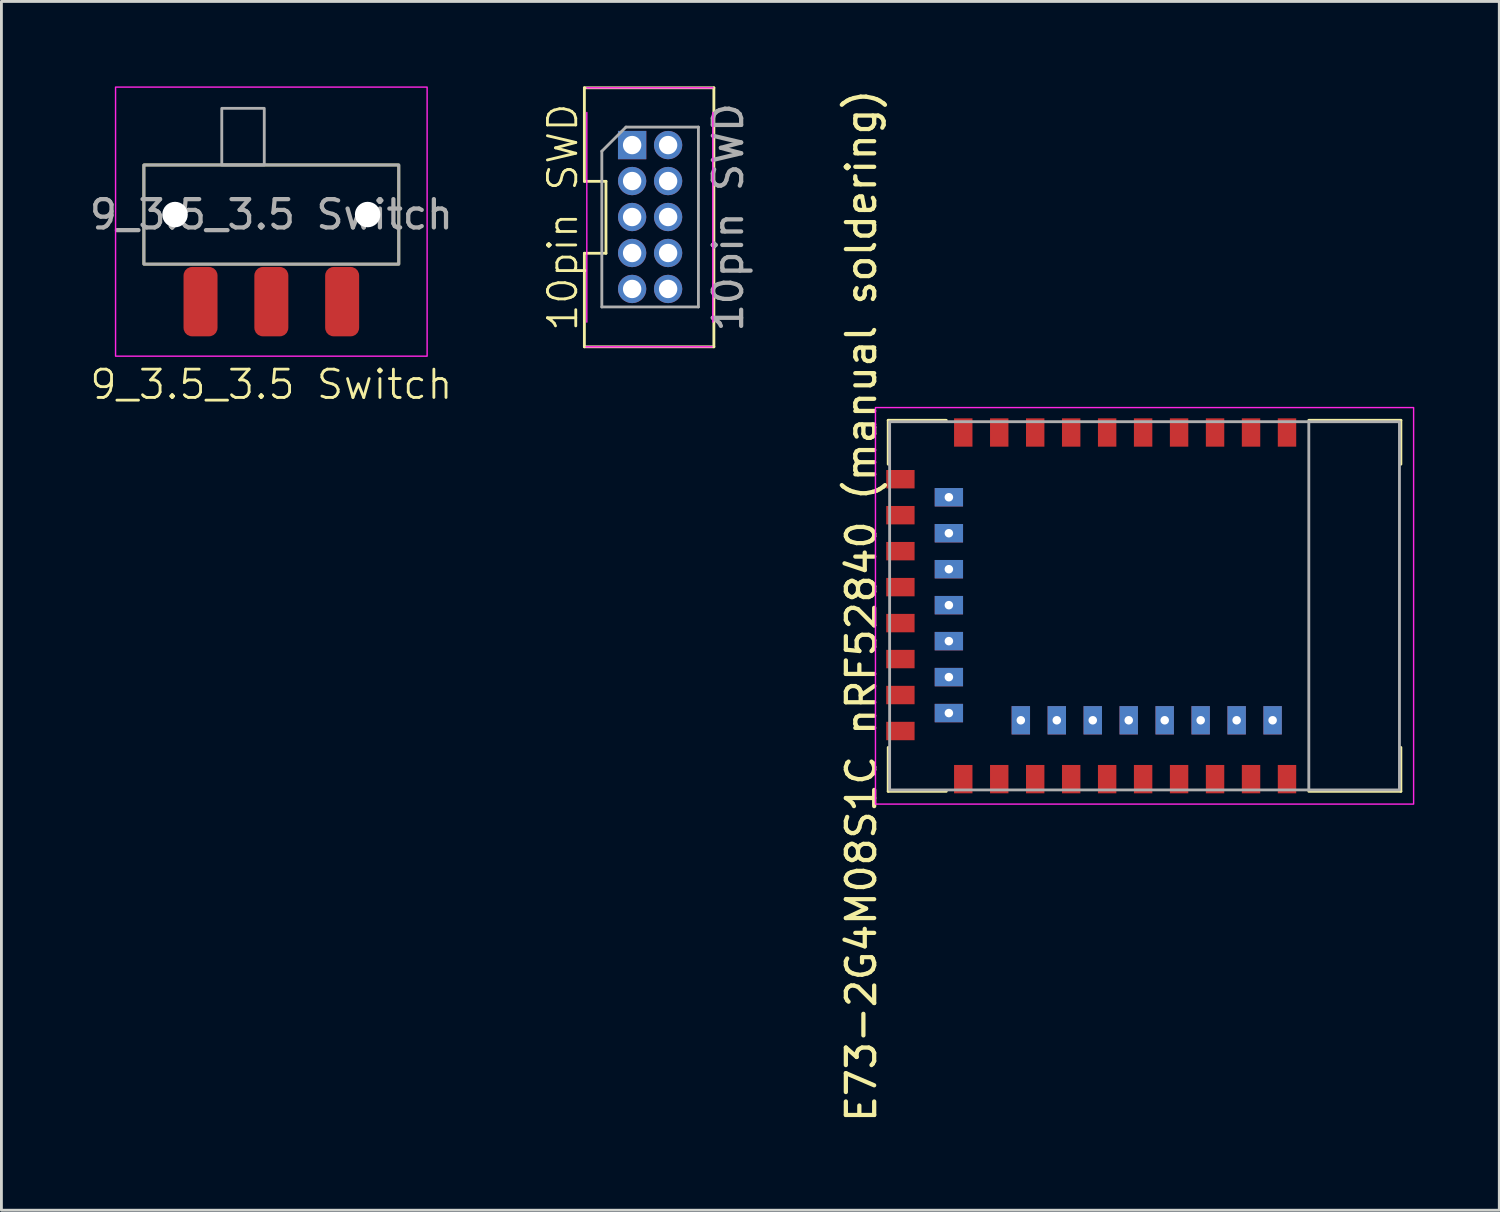
<source format=kicad_pcb>
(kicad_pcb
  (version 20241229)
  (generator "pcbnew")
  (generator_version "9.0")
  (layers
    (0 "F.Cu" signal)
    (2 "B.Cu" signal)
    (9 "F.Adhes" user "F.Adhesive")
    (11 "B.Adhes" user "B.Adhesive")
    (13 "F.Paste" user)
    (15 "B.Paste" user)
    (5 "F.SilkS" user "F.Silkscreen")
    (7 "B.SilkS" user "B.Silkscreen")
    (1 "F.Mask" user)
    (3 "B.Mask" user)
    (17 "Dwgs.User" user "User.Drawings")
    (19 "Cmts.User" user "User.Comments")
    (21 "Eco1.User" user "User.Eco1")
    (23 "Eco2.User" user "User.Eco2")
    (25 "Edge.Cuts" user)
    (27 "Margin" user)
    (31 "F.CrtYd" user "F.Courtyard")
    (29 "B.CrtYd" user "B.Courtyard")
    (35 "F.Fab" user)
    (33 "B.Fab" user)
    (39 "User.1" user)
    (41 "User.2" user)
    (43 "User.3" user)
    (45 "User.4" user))
  (footprint "E73-2G4M08S1C nRF52840 (manual soldering)"
    (layer "F.Cu")
    (at 37.359 18.339)
    (property "Reference" "E73-2G4M08S1C nRF52840 (manual soldering)" (at -10 0 90) (layer "F.SilkS") (effects (font (size 1 1) (thickness 0.15))))
    (attr smd)
    (fp_line (start -9.05 -6.55) (end -9.05 -5) (stroke (width 0.1) (type default)) (layer "F.SilkS"))
    (fp_line (start -9.05 5) (end -9.05 6.55) (stroke (width 0.1) (type default)) (layer "F.SilkS"))
    (fp_line (start -9.05 6.55) (end -7 6.55) (stroke (width 0.1) (type default)) (layer "F.SilkS"))
    (fp_line (start -7 -6.55) (end -9.05 -6.55) (stroke (width 0.1) (type default)) (layer "F.SilkS"))
    (fp_line (start 5.8 6.55) (end 9.05 6.55) (stroke (width 0.1) (type default)) (layer "F.SilkS"))
    (fp_line (start 9.05 -6.55) (end 5.8 -6.55) (stroke (width 0.1) (type default)) (layer "F.SilkS"))
    (fp_line (start 9.05 -5) (end 9.05 -6.55) (stroke (width 0.1) (type default)) (layer "F.SilkS"))
    (fp_line (start 9.05 6.55) (end 9.05 5) (stroke (width 0.1) (type default)) (layer "F.SilkS"))
    (fp_rect (start -9.5 -7) (end 9.5 7) (stroke (width 0.05) (type default)) (fill no) (layer "F.CrtYd"))
    (fp_line (start 5.8 -6.5) (end 5.8 6.5) (stroke (width 0.1) (type default)) (layer "F.Fab"))
    (fp_rect (start 9 -6.5) (end -9 6.5) (stroke (width 0.1) (type default)) (fill no) (layer "F.Fab"))
    (pad "1" smd rect (at 5.03 -6.119) (size 0.65 1) (layers "F.Cu" "F.Mask" "F.Paste"))
    (pad "2" smd rect (at 3.76 -6.119) (size 0.65 1) (layers "F.Cu" "F.Mask" "F.Paste"))
    (pad "3" smd rect (at 2.49 -6.119) (size 0.65 1) (layers "F.Cu" "F.Mask" "F.Paste"))
    (pad "4" smd rect (at 1.22 -6.119) (size 0.65 1) (layers "F.Cu" "F.Mask" "F.Paste"))
    (pad "5" smd rect (at -0.05 -6.119) (size 0.65 1) (layers "F.Cu" "F.Mask" "F.Paste"))
    (pad "6" smd rect (at -1.32 -6.119) (size 0.65 1) (layers "F.Cu" "F.Mask" "F.Paste"))
    (pad "7" smd rect (at -2.59 -6.119) (size 0.65 1) (layers "F.Cu" "F.Mask" "F.Paste"))
    (pad "8" smd rect (at -3.86 -6.119) (size 0.65 1) (layers "F.Cu" "F.Mask" "F.Paste"))
    (pad "9" smd rect (at -5.13 -6.119) (size 0.65 1) (layers "F.Cu" "F.Mask" "F.Paste"))
    (pad "10" smd rect (at -6.4 -6.119) (size 0.65 1) (layers "F.Cu" "F.Mask" "F.Paste"))
    (pad "11" smd rect (at -8.619 -4.47 90) (size 0.65 1) (layers "F.Cu" "F.Mask" "F.Paste"))
    (pad "12" thru_hole rect (at -6.908 -3.833 90) (size 0.65 1) (drill 0.3) (layers "*.Cu" "*.Mask" "F.Paste"))
    (pad "13" smd rect (at -8.619 -3.2 90) (size 0.65 1) (layers "F.Cu" "F.Mask" "F.Paste"))
    (pad "14" thru_hole rect (at -6.908 -2.563 90) (size 0.65 1) (drill 0.3) (layers "*.Cu" "*.Mask" "F.Paste"))
    (pad "15" smd rect (at -8.619 -1.93 90) (size 0.65 1) (layers "F.Cu" "F.Mask" "F.Paste"))
    (pad "16" thru_hole rect (at -6.908 -1.293 90) (size 0.65 1) (drill 0.3) (layers "*.Cu" "*.Mask" "F.Paste"))
    (pad "17" smd rect (at -8.619 -0.66 90) (size 0.65 1) (layers "F.Cu" "F.Mask" "F.Paste"))
    (pad "18" thru_hole rect (at -6.908 -0.023 90) (size 0.65 1) (drill 0.3) (layers "*.Cu" "*.Mask" "F.Paste"))
    (pad "19" smd rect (at -8.619 0.61 90) (size 0.65 1) (layers "F.Cu" "F.Mask" "F.Paste"))
    (pad "20" thru_hole rect (at -6.908 1.247 90) (size 0.65 1) (drill 0.3) (layers "*.Cu" "*.Mask" "F.Paste"))
    (pad "21" smd rect (at -8.619 1.88 90) (size 0.65 1) (layers "F.Cu" "F.Mask" "F.Paste"))
    (pad "22" thru_hole rect (at -6.908 2.517 90) (size 0.65 1) (drill 0.3) (layers "*.Cu" "*.Mask" "F.Paste"))
    (pad "23" smd rect (at -8.619 3.15 90) (size 0.65 1) (layers "F.Cu" "F.Mask" "F.Paste"))
    (pad "24" thru_hole rect (at -6.908 3.787 90) (size 0.65 1) (drill 0.3) (layers "*.Cu" "*.Mask" "F.Paste"))
    (pad "25" smd rect (at -8.619 4.42 90) (size 0.65 1) (layers "F.Cu" "F.Mask" "F.Paste"))
    (pad "26" smd rect (at -6.4 6.119) (size 0.65 1) (layers "F.Cu" "F.Mask" "F.Paste"))
    (pad "27" smd rect (at -5.13 6.119) (size 0.65 1) (layers "F.Cu" "F.Mask" "F.Paste"))
    (pad "28" thru_hole rect (at -4.368 4.041) (size 0.65 1) (drill 0.3) (layers "*.Cu" "*.Mask" "F.Paste"))
    (pad "29" smd rect (at -3.86 6.119) (size 0.65 1) (layers "F.Cu" "F.Mask" "F.Paste"))
    (pad "30" thru_hole rect (at -3.098 4.041) (size 0.65 1) (drill 0.3) (layers "*.Cu" "*.Mask" "F.Paste"))
    (pad "31" smd rect (at -2.59 6.119) (size 0.65 1) (layers "F.Cu" "F.Mask" "F.Paste"))
    (pad "32" thru_hole rect (at -1.828 4.041) (size 0.65 1) (drill 0.3) (layers "*.Cu" "*.Mask" "F.Paste"))
    (pad "33" smd rect (at -1.32 6.119) (size 0.65 1) (layers "F.Cu" "F.Mask" "F.Paste"))
    (pad "34" thru_hole rect (at -0.558 4.041) (size 0.65 1) (drill 0.3) (layers "*.Cu" "*.Mask" "F.Paste"))
    (pad "35" smd rect (at -0.05 6.119) (size 0.65 1) (layers "F.Cu" "F.Mask" "F.Paste"))
    (pad "36" thru_hole rect (at 0.712 4.041) (size 0.65 1) (drill 0.3) (layers "*.Cu" "*.Mask" "F.Paste"))
    (pad "37" smd rect (at 1.22 6.119) (size 0.65 1) (layers "F.Cu" "F.Mask" "F.Paste"))
    (pad "38" thru_hole rect (at 1.982 4.041) (size 0.65 1) (drill 0.3) (layers "*.Cu" "*.Mask" "F.Paste"))
    (pad "39" smd rect (at 2.49 6.119) (size 0.65 1) (layers "F.Cu" "F.Mask" "F.Paste"))
    (pad "40" thru_hole rect (at 3.252 4.041) (size 0.65 1) (drill 0.3) (layers "*.Cu" "*.Mask" "F.Paste"))
    (pad "41" smd rect (at 3.76 6.119) (size 0.65 1) (layers "F.Cu" "F.Mask" "F.Paste"))
    (pad "42" thru_hole rect (at 4.522 4.041) (size 0.65 1) (drill 0.3) (layers "*.Cu" "*.Mask" "F.Paste"))
    (pad "43" smd rect (at 5.03 6.119) (size 0.65 1) (layers "F.Cu" "F.Mask" "F.Paste"))
    (zone (net_name "") (layer "F.Cu") (name "ant") (hatch edge 0.5) (connect_pads) (min_thickness 0.25) (filled_areas_thickness no) (keepout (tracks not_allowed) (vias not_allowed) (pads not_allowed) (copperpour not_allowed) (footprints not_allowed)) (placement (enabled no)) (fill) (polygon (pts (xy 43.159 24.839) (xy 46.359 24.839) (xy 46.359 11.839) (xy 43.159 11.839))))
    (zone (net_name "") (layer "B.Cu") (name "ant") (hatch edge 0.5) (connect_pads) (min_thickness 0.25) (filled_areas_thickness no) (keepout (tracks allowed) (vias not_allowed) (pads not_allowed) (copperpour not_allowed) (footprints allowed)) (placement (enabled no)) (fill) (polygon (pts (xy 43.159 24.839) (xy 46.359 24.839) (xy 46.359 11.839) (xy 43.159 11.839)))))
  (footprint "9_3.5_3.5 Switch"
    (layer "F.Cu")
    (at 6.53 4.525)
    (property "Reference" "9_3.5_3.5 Switch" (at 0 6 0) (unlocked yes) (layer "F.SilkS") (effects (font (size 1 1) (thickness 0.1))))
    (attr smd)
    (fp_rect (start -4.5 -1.75) (end 4.5 1.75) (stroke (width 0.1) (type default)) (fill no) (layer "F.SilkS"))
    (fp_rect (start -5.5 -4.5) (end 5.5 5) (stroke (width 0.05) (type default)) (fill no) (layer "F.CrtYd"))
    (fp_rect (start -0.25 -1.75) (end -1.75 -3.75) (stroke (width 0.1) (type default)) (fill no) (layer "F.Fab"))
    (fp_rect (start 4.5 -1.75) (end -4.5 1.75) (stroke (width 0.1) (type default)) (fill no) (layer "F.Fab"))
    (fp_text user "${REFERENCE}" (at 0 0 0) (unlocked yes) (layer "F.Fab") (effects (font (size 1 1) (thickness 0.15))))
    (pad "" np_thru_hole circle (at -3.4 0) (size 0.9 0.9) (drill 0.9) (layers "*.Cu" "*.Mask"))
    (pad "" np_thru_hole circle (at 3.4 0) (size 0.9 0.9) (drill 0.9) (layers "*.Cu" "*.Mask"))
    (pad "1" smd roundrect (at -2.5 3.075) (size 1.2 2.45) (layers "F.Cu" "F.Mask" "F.Paste") (roundrect_rratio 0.25))
    (pad "2" smd roundrect (at 0 3.075) (size 1.2 2.45) (layers "F.Cu" "F.Mask" "F.Paste") (roundrect_rratio 0.25))
    (pad "3" smd roundrect (at 2.5 3.075) (size 1.2 2.45) (layers "F.Cu" "F.Mask" "F.Paste") (roundrect_rratio 0.25)))
  (footprint "10pin SWD"
    (layer "F.Cu")
    (at 19.868 4.622)
    (property "Reference" "10pin SWD" (at -3.048 0 90) (unlocked yes) (layer "F.SilkS") (effects (font (size 1 1) (thickness 0.1))))
    (attr smd)
    (fp_line (start -2.286 -4.572) (end -2.286 -1.27) (stroke (width 0.1) (type default)) (layer "F.SilkS"))
    (fp_line (start -2.286 -1.27) (end -1.524 -1.27) (stroke (width 0.1) (type default)) (layer "F.SilkS"))
    (fp_line (start -2.286 1.27) (end -2.286 4.572) (stroke (width 0.1) (type default)) (layer "F.SilkS"))
    (fp_line (start -2.286 4.572) (end 2.286 4.572) (stroke (width 0.1) (type default)) (layer "F.SilkS"))
    (fp_line (start -1.524 -1.27) (end -1.524 1.27) (stroke (width 0.1) (type default)) (layer "F.SilkS"))
    (fp_line (start -1.524 1.27) (end -2.286 1.27) (stroke (width 0.1) (type default)) (layer "F.SilkS"))
    (fp_line (start 2.286 -4.572) (end -2.286 -4.572) (stroke (width 0.1) (type default)) (layer "F.SilkS"))
    (fp_line (start 2.286 4.572) (end 2.286 -4.572) (stroke (width 0.1) (type default)) (layer "F.SilkS"))
    (fp_line (start -2.225 4.572) (end 2.225 4.572) (stroke (width 0.05) (type solid)) (layer "F.CrtYd"))
    (fp_line (start -2.2 -3.7) (end -2.2 3.7) (stroke (width 0.05) (type solid)) (layer "F.CrtYd"))
    (fp_line (start 2.25 -4.572) (end -2.2 -4.572) (stroke (width 0.05) (type solid)) (layer "F.CrtYd"))
    (fp_line (start 2.25 3.7) (end 2.25 -3.7) (stroke (width 0.05) (type solid)) (layer "F.CrtYd"))
    (fp_line (start -1.67 -2.333) (end -0.818 -3.185) (stroke (width 0.1) (type solid)) (layer "F.Fab"))
    (fp_line (start -1.67 3.165) (end -1.67 -2.333) (stroke (width 0.1) (type solid)) (layer "F.Fab"))
    (fp_line (start -0.818 -3.185) (end 1.74 -3.185) (stroke (width 0.1) (type solid)) (layer "F.Fab"))
    (fp_line (start 1.74 -3.185) (end 1.74 3.165) (stroke (width 0.1) (type solid)) (layer "F.Fab"))
    (fp_line (start 1.74 3.165) (end -1.67 3.165) (stroke (width 0.1) (type solid)) (layer "F.Fab"))
    (fp_text user "${REFERENCE}" (at 2.794 0 90) (unlocked yes) (layer "F.Fab") (effects (font (size 1 1) (thickness 0.15))))
    (pad "1" thru_hole rect (at -0.6 -2.55) (size 1 1) (drill 0.65) (layers "*.Cu" "*.Mask"))
    (pad "2" thru_hole oval (at 0.67 -2.55) (size 1 1) (drill 0.65) (layers "*.Cu" "*.Mask"))
    (pad "3" thru_hole oval (at -0.6 -1.28) (size 1 1) (drill 0.65) (layers "*.Cu" "*.Mask"))
    (pad "4" thru_hole oval (at 0.67 -1.28) (size 1 1) (drill 0.65) (layers "*.Cu" "*.Mask"))
    (pad "5" thru_hole oval (at -0.6 -0.01) (size 1 1) (drill 0.65) (layers "*.Cu" "*.Mask"))
    (pad "6" thru_hole oval (at 0.67 -0.01) (size 1 1) (drill 0.65) (layers "*.Cu" "*.Mask"))
    (pad "7" thru_hole oval (at -0.6 1.26) (size 1 1) (drill 0.65) (layers "*.Cu" "*.Mask"))
    (pad "8" thru_hole oval (at 0.67 1.26) (size 1 1) (drill 0.65) (layers "*.Cu" "*.Mask"))
    (pad "9" thru_hole oval (at -0.6 2.53) (size 1 1) (drill 0.65) (layers "*.Cu" "*.Mask"))
    (pad "10" thru_hole oval (at 0.67 2.53) (size 1 1) (drill 0.65) (layers "*.Cu" "*.Mask")))
  (gr_rect
    (start -3 -3)
    (end 49.884 39.679)
    (stroke (width 0.1) (type default))
    (fill no)
    (layer "Edge.Cuts")))
</source>
